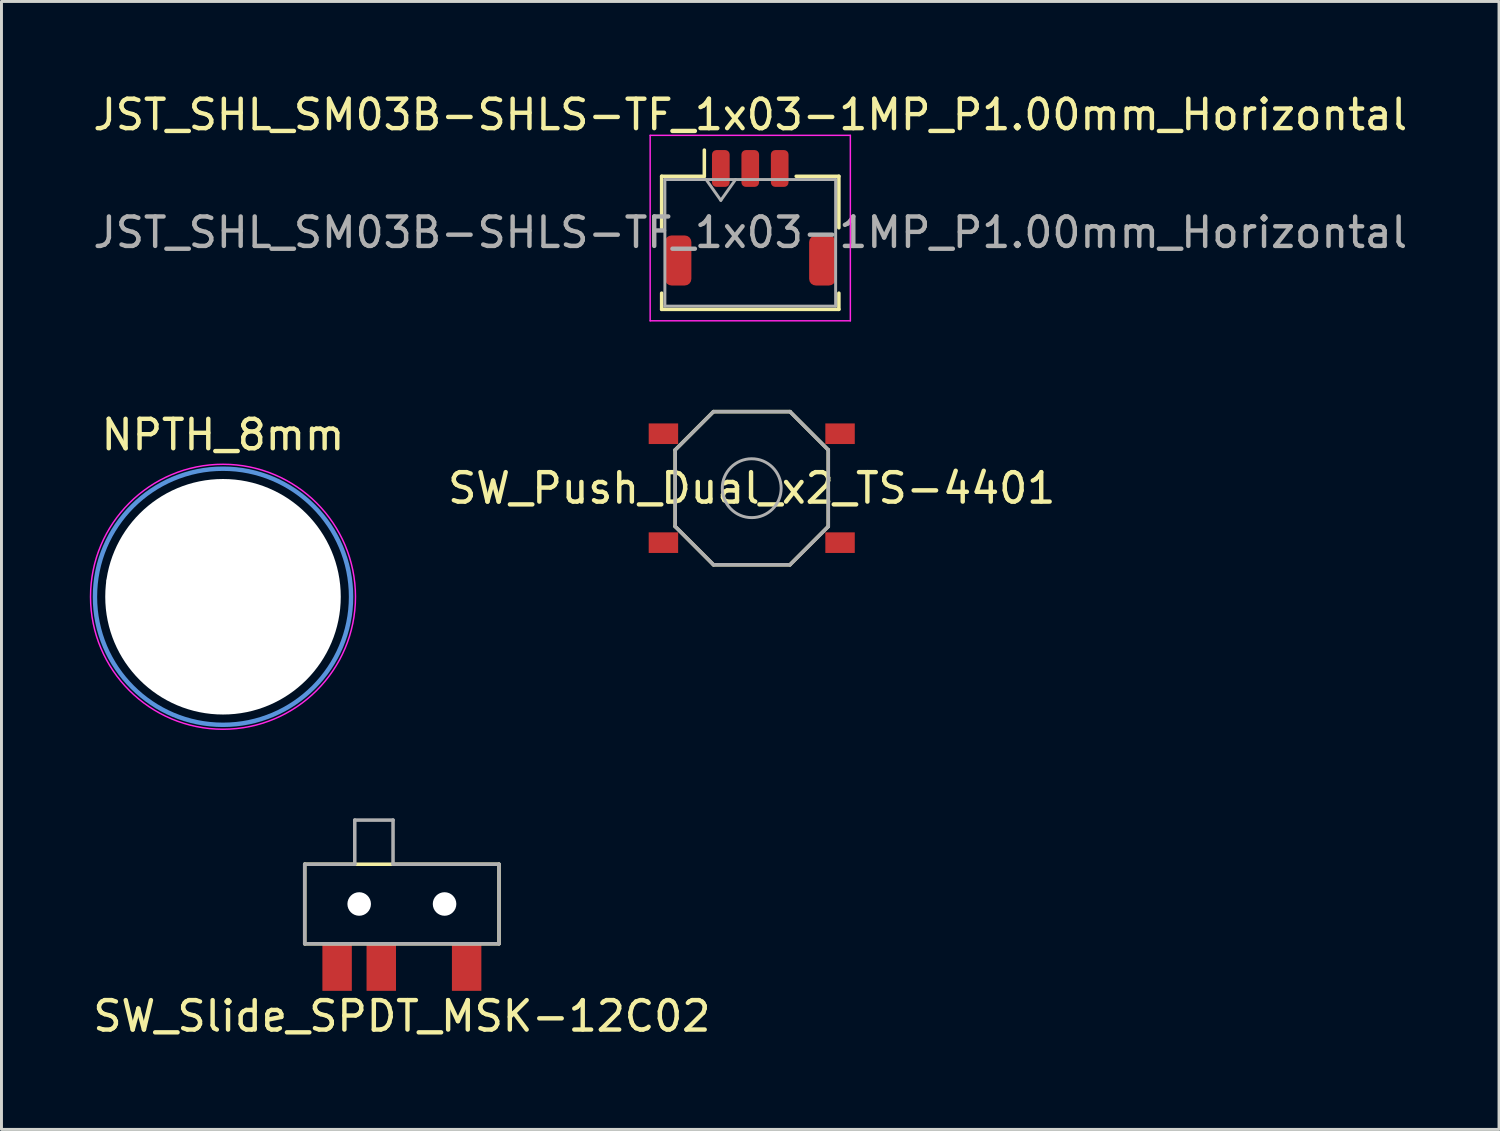
<source format=kicad_pcb>
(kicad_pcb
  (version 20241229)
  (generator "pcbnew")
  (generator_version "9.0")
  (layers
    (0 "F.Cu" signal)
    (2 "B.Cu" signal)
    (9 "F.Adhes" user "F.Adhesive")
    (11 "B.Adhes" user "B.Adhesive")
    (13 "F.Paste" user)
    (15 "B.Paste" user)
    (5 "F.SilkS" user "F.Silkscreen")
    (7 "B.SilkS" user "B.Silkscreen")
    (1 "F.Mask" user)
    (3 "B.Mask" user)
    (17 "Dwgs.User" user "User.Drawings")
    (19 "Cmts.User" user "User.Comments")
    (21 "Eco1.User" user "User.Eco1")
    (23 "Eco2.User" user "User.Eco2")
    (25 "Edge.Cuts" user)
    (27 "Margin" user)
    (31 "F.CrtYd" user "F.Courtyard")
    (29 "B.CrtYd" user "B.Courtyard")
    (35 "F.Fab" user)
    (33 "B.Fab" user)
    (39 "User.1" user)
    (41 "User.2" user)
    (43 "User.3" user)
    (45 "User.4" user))
  (footprint "JST_SHL_SM03B-SHLS-TF_1x03-1MP_P1.00mm_Horizontal"
    (layer "F.Cu")
    (at 22.435 4.348)
    (property "Reference" "JST_SHL_SM03B-SHLS-TF_1x03-1MP_P1.00mm_Horizontal" (at 0 -3.5 0) (layer "F.SilkS") (effects (font (size 1 1) (thickness 0.15))))
    (attr smd)
    (fp_line (start -3.01 -1.41) (end -1.56 -1.41) (stroke (width 0.12) (type solid)) (layer "F.SilkS"))
    (fp_line (start -3.01 0.34) (end -3.01 -1.41) (stroke (width 0.12) (type solid)) (layer "F.SilkS"))
    (fp_line (start -3.01 2.56) (end -3.01 3.11) (stroke (width 0.12) (type solid)) (layer "F.SilkS"))
    (fp_line (start -3.01 3.11) (end 3.01 3.11) (stroke (width 0.12) (type solid)) (layer "F.SilkS"))
    (fp_line (start -1.56 -1.41) (end -1.56 -2.3) (stroke (width 0.12) (type solid)) (layer "F.SilkS"))
    (fp_line (start 3.01 -1.41) (end 1.56 -1.41) (stroke (width 0.12) (type solid)) (layer "F.SilkS"))
    (fp_line (start 3.01 0.34) (end 3.01 -1.41) (stroke (width 0.12) (type solid)) (layer "F.SilkS"))
    (fp_line (start 3.01 3.11) (end 3.01 2.56) (stroke (width 0.12) (type solid)) (layer "F.SilkS"))
    (fp_line (start -3.4 -2.8) (end -3.4 3.5) (stroke (width 0.05) (type solid)) (layer "F.CrtYd"))
    (fp_line (start -3.4 3.5) (end 3.4 3.5) (stroke (width 0.05) (type solid)) (layer "F.CrtYd"))
    (fp_line (start 3.4 -2.8) (end -3.4 -2.8) (stroke (width 0.05) (type solid)) (layer "F.CrtYd"))
    (fp_line (start 3.4 3.5) (end 3.4 -2.8) (stroke (width 0.05) (type solid)) (layer "F.CrtYd"))
    (fp_line (start -2.9 -1.3) (end -2.9 3) (stroke (width 0.1) (type solid)) (layer "F.Fab"))
    (fp_line (start -2.9 -1.3) (end 2.9 -1.3) (stroke (width 0.1) (type solid)) (layer "F.Fab"))
    (fp_line (start -1.5 -1.3) (end -1 -0.593) (stroke (width 0.1) (type solid)) (layer "F.Fab"))
    (fp_line (start -1 -0.593) (end -0.5 -1.3) (stroke (width 0.1) (type solid)) (layer "F.Fab"))
    (fp_line (start 2.9 -1.3) (end 2.9 3) (stroke (width 0.1) (type solid)) (layer "F.Fab"))
    (fp_line (start 2.9 3) (end -2.9 3) (stroke (width 0.1) (type solid)) (layer "F.Fab"))
    (fp_text user "${REFERENCE}" (at 0 0.5 0) (layer "F.Fab") (effects (font (size 1 1) (thickness 0.15))))
    (pad "1" smd roundrect (at -1 -1.675) (size 0.6 1.25) (layers "F.Cu" "F.Mask" "F.Paste") (roundrect_rratio 0.25))
    (pad "2" smd roundrect (at 0 -1.675) (size 0.6 1.25) (layers "F.Cu" "F.Mask" "F.Paste") (roundrect_rratio 0.25))
    (pad "3" smd roundrect (at 1 -1.675) (size 0.6 1.25) (layers "F.Cu" "F.Mask" "F.Paste") (roundrect_rratio 0.25))
    (pad "MP" smd roundrect (at -2.45 1.45) (size 0.9 1.7) (layers "F.Cu" "F.Mask" "F.Paste") (roundrect_rratio 0.25))
    (pad "MP" smd roundrect (at 2.45 1.45) (size 0.9 1.7) (layers "F.Cu" "F.Mask" "F.Paste") (roundrect_rratio 0.25)))
  (footprint "SW_Push_Dual_x2_TS-4401"
    (layer "F.Cu")
    (at 22.485 13.533)
    (property "Reference" "SW_Push_Dual_x2_TS-4401" (at 0 0 0) (layer "F.SilkS") (effects (font (size 1 1) (thickness 0.15))))
    (attr smd)
    (fp_line (start -2.6 -1.3) (end -2.6 1.3) (stroke (width 0.12) (type solid)) (layer "F.SilkS"))
    (fp_line (start -2.6 1.3) (end -1.3 2.6) (stroke (width 0.12) (type solid)) (layer "F.SilkS"))
    (fp_line (start -1.3 -2.6) (end -2.6 -1.3) (stroke (width 0.12) (type solid)) (layer "F.SilkS"))
    (fp_line (start -1.3 2.6) (end 1.3 2.6) (stroke (width 0.12) (type solid)) (layer "F.SilkS"))
    (fp_line (start 1.3 -2.6) (end -1.3 -2.6) (stroke (width 0.12) (type solid)) (layer "F.SilkS"))
    (fp_line (start 1.3 2.6) (end 2.6 1.3) (stroke (width 0.12) (type solid)) (layer "F.SilkS"))
    (fp_line (start 2.6 -1.3) (end 1.3 -2.6) (stroke (width 0.12) (type solid)) (layer "F.SilkS"))
    (fp_line (start 2.6 1.3) (end 2.6 -1.3) (stroke (width 0.12) (type solid)) (layer "F.SilkS"))
    (fp_line (start -2.6 -1.3) (end -1.3 -2.6) (stroke (width 0.12) (type solid)) (layer "F.Fab"))
    (fp_line (start -2.6 1.3) (end -2.6 -1.3) (stroke (width 0.12) (type solid)) (layer "F.Fab"))
    (fp_line (start -1.3 -2.6) (end 1.3 -2.6) (stroke (width 0.12) (type solid)) (layer "F.Fab"))
    (fp_line (start -1.3 2.6) (end -2.6 1.3) (stroke (width 0.12) (type solid)) (layer "F.Fab"))
    (fp_line (start 1.3 -2.6) (end 2.6 -1.3) (stroke (width 0.12) (type solid)) (layer "F.Fab"))
    (fp_line (start 1.3 2.6) (end -1.3 2.6) (stroke (width 0.12) (type solid)) (layer "F.Fab"))
    (fp_line (start 2.6 -1.3) (end 2.6 1.3) (stroke (width 0.12) (type solid)) (layer "F.Fab"))
    (fp_line (start 2.6 1.3) (end 1.3 2.6) (stroke (width 0.12) (type solid)) (layer "F.Fab"))
    (fp_circle (center 0 0) (end 1 0) (stroke (width 0.1) (type solid)) (fill no) (layer "F.Fab"))
    (pad "1" smd rect (at -3 -1.85 180) (size 1 0.7) (layers "F.Cu" "F.Mask" "F.Paste"))
    (pad "1" smd rect (at 3 -1.85 180) (size 1 0.7) (layers "F.Cu" "F.Mask" "F.Paste"))
    (pad "2" smd rect (at -3 1.85 180) (size 1 0.7) (layers "F.Cu" "F.Mask" "F.Paste"))
    (pad "2" smd rect (at 3 1.85 180) (size 1 0.7) (layers "F.Cu" "F.Mask" "F.Paste")))
  (footprint "NPTH_8mm"
    (layer "F.Cu")
    (at 4.525 17.221)
    (property "Reference" "NPTH_8mm" (at 0 -5.5 0) (layer "F.SilkS") (effects (font (size 1 1) (thickness 0.15))))
    (attr exclude_from_pos_files exclude_from_bom)
    (fp_circle (center 0 0) (end 4.35 0) (stroke (width 0.15) (type solid)) (fill no) (layer "Cmts.User"))
    (fp_circle (center 0 0) (end 4.5 0) (stroke (width 0.05) (type solid)) (fill no) (layer "F.CrtYd"))
    (fp_text user "${REFERENCE}" (at 0 0 0) (layer "F.Fab") (effects (font (size 1 1) (thickness 0.15))))
    (pad "" np_thru_hole circle (at 0 0) (size 8 8) (drill 8) (layers "*.Cu" "*.Mask")))
  (footprint "SW_Slide_SPDT_MSK-12C02"
    (layer "F.Cu")
    (at 10.601 27.657)
    (property "Reference" "SW_Slide_SPDT_MSK-12C02" (at 0 3.81 0) (layer "F.SilkS") (effects (font (size 1 1) (thickness 0.15))))
    (attr through_hole)
    (fp_line (start -3.3 -1.35) (end 3.3 -1.35) (stroke (width 0.12) (type solid)) (layer "F.SilkS"))
    (fp_line (start -3.3 1.35) (end -3.3 -1.35) (stroke (width 0.12) (type solid)) (layer "F.SilkS"))
    (fp_line (start 3.3 -1.35) (end 3.3 1.35) (stroke (width 0.12) (type solid)) (layer "F.SilkS"))
    (fp_line (start 3.3 1.35) (end -3.3 1.35) (stroke (width 0.12) (type solid)) (layer "F.SilkS"))
    (fp_line (start -3.3 -1.35) (end -1.6 -1.35) (stroke (width 0.12) (type solid)) (layer "F.Fab"))
    (fp_line (start -3.3 1.35) (end -3.3 -1.35) (stroke (width 0.12) (type solid)) (layer "F.Fab"))
    (fp_line (start -1.6 -2.85) (end -0.3 -2.85) (stroke (width 0.12) (type solid)) (layer "F.Fab"))
    (fp_line (start -1.6 -1.35) (end -1.6 -2.85) (stroke (width 0.12) (type solid)) (layer "F.Fab"))
    (fp_line (start -0.3 -2.85) (end -0.3 -1.35) (stroke (width 0.12) (type solid)) (layer "F.Fab"))
    (fp_line (start -0.3 -1.35) (end 3.3 -1.35) (stroke (width 0.12) (type solid)) (layer "F.Fab"))
    (fp_line (start 3.3 -1.35) (end 3.3 1.35) (stroke (width 0.12) (type solid)) (layer "F.Fab"))
    (fp_line (start 3.3 1.35) (end -3.3 1.35) (stroke (width 0.12) (type solid)) (layer "F.Fab"))
    (pad "" smd rect (at -3.9 -1.15 180) (size 1.2 1) (layers "F.Paste"))
    (pad "" smd rect (at -3.9 1.15 180) (size 1.2 1) (layers "F.Paste"))
    (pad "" np_thru_hole circle (at -1.45 0 180) (size 0.8 0.8) (drill 0.8) (layers "*.Cu" "*.Mask"))
    (pad "" np_thru_hole circle (at 1.45 0 180) (size 0.8 0.8) (drill 0.8) (layers "*.Cu" "*.Mask"))
    (pad "" smd rect (at 3.9 -1.15 180) (size 1.2 1) (layers "F.Paste"))
    (pad "" smd rect (at 3.9 1.15 180) (size 1.2 1) (layers "F.Paste"))
    (pad "1" smd rect (at -2.2 2.15 180) (size 1 1.6) (layers "F.Cu" "F.Mask" "F.Paste"))
    (pad "2" smd rect (at -0.7 2.15 180) (size 1 1.6) (layers "F.Cu" "F.Mask" "F.Paste"))
    (pad "3" smd rect (at 2.2 2.15 180) (size 1 1.6) (layers "F.Cu" "F.Mask" "F.Paste")))
  (gr_rect
    (start -3 -3)
    (end 47.869 35.315)
    (stroke (width 0.1) (type default))
    (fill no)
    (layer "Edge.Cuts")))
</source>
